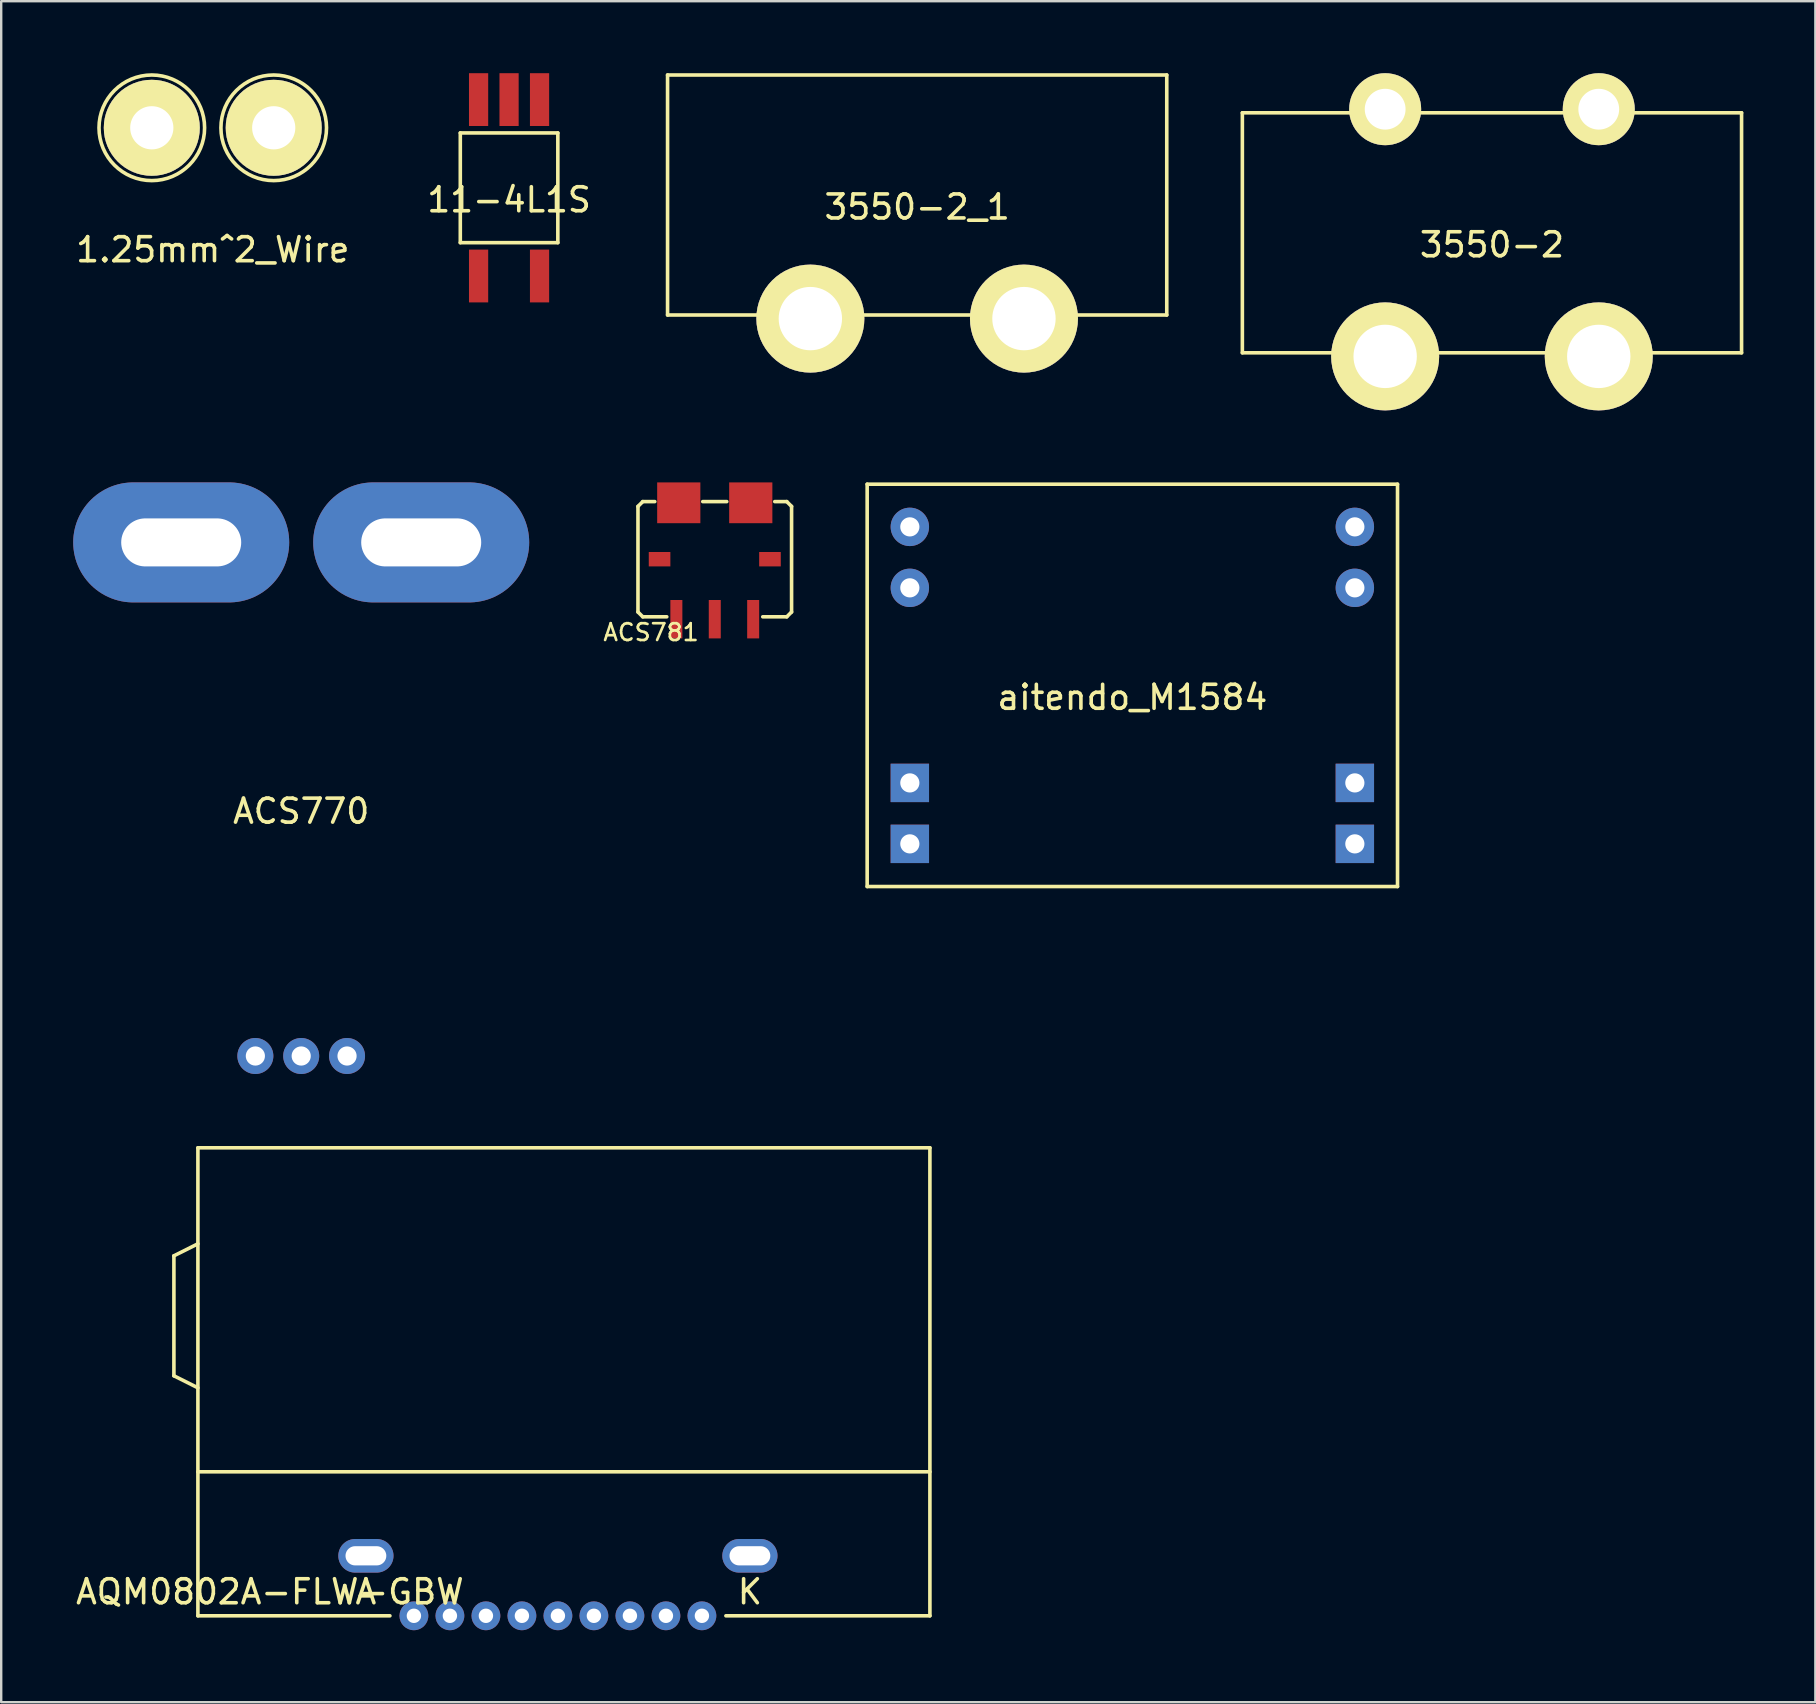
<source format=kicad_pcb>
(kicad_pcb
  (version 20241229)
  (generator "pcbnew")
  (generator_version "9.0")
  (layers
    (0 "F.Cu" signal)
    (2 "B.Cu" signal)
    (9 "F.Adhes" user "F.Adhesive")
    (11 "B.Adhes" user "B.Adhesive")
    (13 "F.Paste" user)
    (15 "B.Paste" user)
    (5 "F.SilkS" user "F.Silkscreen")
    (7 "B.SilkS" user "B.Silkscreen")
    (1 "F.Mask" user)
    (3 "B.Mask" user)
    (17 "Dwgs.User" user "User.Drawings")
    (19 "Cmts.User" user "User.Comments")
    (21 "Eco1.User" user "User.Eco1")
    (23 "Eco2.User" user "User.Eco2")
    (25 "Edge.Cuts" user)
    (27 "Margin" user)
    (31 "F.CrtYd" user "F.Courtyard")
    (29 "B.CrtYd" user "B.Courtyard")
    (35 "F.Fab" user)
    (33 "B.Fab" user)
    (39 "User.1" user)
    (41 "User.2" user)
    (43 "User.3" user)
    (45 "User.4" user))
  (footprint "ACS770"
    (layer "F.Cu")
    (at 9.5 30.25)
    (property "Reference" "ACS770" (at 0 0.5 0) (layer "F.SilkS") (effects (font (size 1 1) (thickness 0.15))))
    (attr through_hole)
    (pad "1" thru_hole oval (at -5 -10.7) (size 9 5) (drill oval 5 2) (layers "*.Cu" "*.Mask"))
    (pad "2" thru_hole oval (at 5 -10.7) (size 9 5) (drill oval 5 2) (layers "*.Cu" "*.Mask"))
    (pad "3" thru_hole circle (at -1.91 10.7) (size 1.5 1.5) (drill 0.8) (layers "*.Cu" "*.Mask"))
    (pad "4" thru_hole circle (at 0 10.7) (size 1.5 1.5) (drill 0.8) (layers "*.Cu" "*.Mask"))
    (pad "5" thru_hole circle (at 1.91 10.7) (size 1.5 1.5) (drill 0.8) (layers "*.Cu" "*.Mask")))
  (footprint "1.25mm^2_Wire"
    (layer "F.Cu")
    (at 5.815 2.275)
    (property "Reference" "1.25mm^2_Wire" (at 0 5.08 0) (layer "F.SilkS") (effects (font (size 1 1) (thickness 0.15))))
    (attr through_hole)
    (fp_circle (center -2.54 0) (end -2.54 2.2) (stroke (width 0.15) (type solid)) (fill no) (layer "F.SilkS"))
    (fp_circle (center 2.54 0) (end 2.54 2.2) (stroke (width 0.15) (type solid)) (fill no) (layer "F.SilkS"))
    (pad "1" thru_hole circle (at -2.54 0) (size 4 4) (drill 1.8) (layers "*.Cu" "*.Mask" "F.SilkS"))
    (pad "2" thru_hole circle (at 2.54 0) (size 4 4) (drill 1.8) (layers "*.Cu" "*.Mask" "F.SilkS")))
  (footprint "AQM0802A-FLW-GBW"
    (layer "F.Cu")
    (at 20.196 61.275)
    (property "Reference" "AQM0802A-FLW-GBW" (at -12 2 0) (layer "F.SilkS") (effects (font (size 1 1) (thickness 0.15))))
    (attr through_hole)
    (fp_line (start -16 -12) (end -15 -12.5) (stroke (width 0.15) (type solid)) (layer "F.SilkS"))
    (fp_line (start -16 -7) (end -16 -12) (stroke (width 0.15) (type solid)) (layer "F.SilkS"))
    (fp_line (start -15 -16.5) (end 15.5 -16.5) (stroke (width 0.15) (type solid)) (layer "F.SilkS"))
    (fp_line (start -15 -6.5) (end -16 -7) (stroke (width 0.15) (type solid)) (layer "F.SilkS"))
    (fp_line (start -15 -3) (end 15.5 -3) (stroke (width 0.15) (type solid)) (layer "F.SilkS"))
    (fp_line (start -15 3) (end -15 -16.5) (stroke (width 0.15) (type solid)) (layer "F.SilkS"))
    (fp_line (start -15 3) (end -7 3) (stroke (width 0.15) (type solid)) (layer "F.SilkS"))
    (fp_line (start 15.5 -16.5) (end 15.5 3) (stroke (width 0.15) (type solid)) (layer "F.SilkS"))
    (fp_line (start 15.5 3) (end 7 3) (stroke (width 0.15) (type solid)) (layer "F.SilkS"))
    (fp_text user "A" (at -8 2 0) (layer "F.SilkS") (effects (font (size 1 1) (thickness 0.15))))
    (fp_text user "K" (at 8 2 0) (layer "F.SilkS") (effects (font (size 1 1) (thickness 0.15))))
    (pad "1" thru_hole circle (at -6 3) (size 1.2 1.2) (drill 0.6) (layers "*.Cu" "*.Mask"))
    (pad "2" thru_hole circle (at -4.5 3) (size 1.2 1.2) (drill 0.6) (layers "*.Cu" "*.Mask"))
    (pad "3" thru_hole circle (at -3 3) (size 1.2 1.2) (drill 0.6) (layers "*.Cu" "*.Mask"))
    (pad "4" thru_hole circle (at -1.5 3) (size 1.2 1.2) (drill 0.6) (layers "*.Cu" "*.Mask"))
    (pad "5" thru_hole circle (at 0 3) (size 1.2 1.2) (drill 0.6) (layers "*.Cu" "*.Mask"))
    (pad "6" thru_hole circle (at 1.5 3) (size 1.2 1.2) (drill 0.6) (layers "*.Cu" "*.Mask"))
    (pad "7" thru_hole circle (at 3 3) (size 1.2 1.2) (drill 0.6) (layers "*.Cu" "*.Mask"))
    (pad "8" thru_hole circle (at 4.5 3) (size 1.2 1.2) (drill 0.6) (layers "*.Cu" "*.Mask"))
    (pad "9" thru_hole circle (at 6 3) (size 1.2 1.2) (drill 0.6) (layers "*.Cu" "*.Mask"))
    (pad "10" thru_hole oval (at -8 0.5) (size 2.3 1.4) (drill oval 1.7 0.8) (layers "*.Cu" "*.Mask"))
    (pad "11" thru_hole oval (at 8 0.5) (size 2.3 1.4) (drill oval 1.7 0.8) (layers "*.Cu" "*.Mask")))
  (footprint "3550-2_1"
    (layer "F.Cu")
    (at 35.165 5.075)
    (property "Reference" "3550-2_1" (at 0 0.5 0) (layer "F.SilkS") (effects (font (size 1 1) (thickness 0.15))))
    (attr through_hole)
    (fp_line (start -10.4 -5) (end -10.4 5) (stroke (width 0.15) (type solid)) (layer "F.SilkS"))
    (fp_line (start -10.4 5) (end 10.4 5) (stroke (width 0.15) (type solid)) (layer "F.SilkS"))
    (fp_line (start 10.4 -5) (end -10.4 -5) (stroke (width 0.15) (type solid)) (layer "F.SilkS"))
    (fp_line (start 10.4 5) (end 10.4 -5) (stroke (width 0.15) (type solid)) (layer "F.SilkS"))
    (pad "1" thru_hole circle (at -4.45 5.15) (size 4.5 4.5) (drill 2.64) (layers "*.Cu" "*.Mask" "F.SilkS"))
    (pad "2" thru_hole circle (at 4.45 5.15) (size 4.5 4.5) (drill 2.64) (layers "*.Cu" "*.Mask" "F.SilkS")))
  (footprint "aitendo_M1584"
    (layer "F.Cu")
    (at 44.131 25.507)
    (property "Reference" "aitendo_M1584" (at 0 0.5 0) (layer "F.SilkS") (effects (font (size 1 1) (thickness 0.15))))
    (attr through_hole)
    (fp_line (start -11.049 -8.382) (end 11.049 -8.382) (stroke (width 0.15) (type solid)) (layer "F.SilkS"))
    (fp_line (start -11.049 8.382) (end -11.049 -8.382) (stroke (width 0.15) (type solid)) (layer "F.SilkS"))
    (fp_line (start 11.049 -8.382) (end 11.049 8.382) (stroke (width 0.15) (type solid)) (layer "F.SilkS"))
    (fp_line (start 11.049 8.382) (end -11.049 8.382) (stroke (width 0.15) (type solid)) (layer "F.SilkS"))
    (pad "1" thru_hole circle (at -9.271 -6.604) (size 1.6 1.6) (drill 0.8) (layers "*.Cu" "*.Mask"))
    (pad "2" thru_hole circle (at -9.271 -4.064) (size 1.6 1.6) (drill 0.8) (layers "*.Cu" "*.Mask"))
    (pad "3" thru_hole rect (at -9.271 4.064) (size 1.6 1.6) (drill 0.8) (layers "*.Cu" "*.Mask"))
    (pad "4" thru_hole rect (at -9.271 6.604) (size 1.6 1.6) (drill 0.8) (layers "*.Cu" "*.Mask"))
    (pad "5" thru_hole rect (at 9.271 6.604) (size 1.6 1.6) (drill 0.8) (layers "*.Cu" "*.Mask"))
    (pad "6" thru_hole rect (at 9.271 4.064) (size 1.6 1.6) (drill 0.8) (layers "*.Cu" "*.Mask"))
    (pad "7" thru_hole circle (at 9.271 -4.064) (size 1.6 1.6) (drill 0.8) (layers "*.Cu" "*.Mask"))
    (pad "8" thru_hole circle (at 9.271 -6.604) (size 1.6 1.6) (drill 0.8) (layers "*.Cu" "*.Mask")))
  (footprint "3550-2"
    (layer "F.Cu")
    (at 59.115 6.65)
    (property "Reference" "3550-2" (at 0 0.5 0) (layer "F.SilkS") (effects (font (size 1 1) (thickness 0.15))))
    (attr through_hole)
    (fp_line (start -10.4 -5) (end -10.4 5) (stroke (width 0.15) (type solid)) (layer "F.SilkS"))
    (fp_line (start -10.4 5) (end 10.4 5) (stroke (width 0.15) (type solid)) (layer "F.SilkS"))
    (fp_line (start 10.4 -5) (end -10.4 -5) (stroke (width 0.15) (type solid)) (layer "F.SilkS"))
    (fp_line (start 10.4 5) (end 10.4 -5) (stroke (width 0.15) (type solid)) (layer "F.SilkS"))
    (pad "1" thru_hole circle (at -4.45 -5.15) (size 3 3) (drill 1.7) (layers "*.Cu" "*.Mask" "F.SilkS"))
    (pad "1" thru_hole circle (at -4.45 5.15) (size 4.5 4.5) (drill 2.64) (layers "*.Cu" "*.Mask" "F.SilkS"))
    (pad "2" thru_hole circle (at 4.45 -5.15) (size 3 3) (drill 1.7) (layers "*.Cu" "*.Mask" "F.SilkS"))
    (pad "2" thru_hole circle (at 4.45 5.15) (size 4.5 4.5) (drill 2.64) (layers "*.Cu" "*.Mask" "F.SilkS")))
  (footprint "11-4L1S"
    (layer "F.Cu")
    (at 18.161 4.775)
    (property "Reference" "11-4L1S" (at 0 0.5 0) (layer "F.SilkS") (effects (font (size 1 1) (thickness 0.15))))
    (attr through_hole)
    (fp_line (start -2.032 -2.286) (end -2.032 2.286) (stroke (width 0.15) (type solid)) (layer "F.SilkS"))
    (fp_line (start -2.032 2.286) (end 2.032 2.286) (stroke (width 0.15) (type solid)) (layer "F.SilkS"))
    (fp_line (start 2.032 -2.286) (end -2.032 -2.286) (stroke (width 0.15) (type solid)) (layer "F.SilkS"))
    (fp_line (start 2.032 2.286) (end 2.032 -2.286) (stroke (width 0.15) (type solid)) (layer "F.SilkS"))
    (pad "1" smd rect (at -1.27 3.175) (size 0.8 2.2) (drill (offset 0 0.5)) (layers "F.Cu" "F.Mask" "F.Paste"))
    (pad "2" smd rect (at 1.27 3.175) (size 0.8 2.2) (drill (offset 0 0.5)) (layers "F.Cu" "F.Mask" "F.Paste"))
    (pad "4" smd rect (at 1.27 -3.175) (size 0.8 2.2) (drill (offset 0 -0.5)) (layers "F.Cu" "F.Mask" "F.Paste"))
    (pad "5" smd rect (at 0 -3.175) (size 0.8 2.2) (drill (offset 0 -0.5)) (layers "F.Cu" "F.Mask" "F.Paste"))
    (pad "6" smd rect (at -1.27 -3.175) (size 0.8 2.2) (drill (offset 0 -0.5)) (layers "F.Cu" "F.Mask" "F.Paste")))
  (footprint "ACS781"
    (layer "F.Cu")
    (at 26.732 20.25)
    (property "Reference" "ACS781" (at -2.654 3.048 180) (layer "F.SilkS") (effects (font (size 0.7 0.7) (thickness 0.11))))
    (attr through_hole)
    (fp_line (start -3.2 -2.2) (end -3.2 2.2) (stroke (width 0.15) (type solid)) (layer "F.SilkS"))
    (fp_line (start -3.2 -2.2) (end -3 -2.4) (stroke (width 0.15) (type solid)) (layer "F.SilkS"))
    (fp_line (start -3.2 2.2) (end -3 2.4) (stroke (width 0.15) (type solid)) (layer "F.SilkS"))
    (fp_line (start -3 -2.4) (end -2.5 -2.4) (stroke (width 0.15) (type solid)) (layer "F.SilkS"))
    (fp_line (start -3 2.4) (end -2 2.4) (stroke (width 0.15) (type solid)) (layer "F.SilkS"))
    (fp_line (start -0.5 -2.4) (end 0.5 -2.4) (stroke (width 0.15) (type solid)) (layer "F.SilkS"))
    (fp_line (start 3 -2.4) (end 2.5 -2.4) (stroke (width 0.15) (type solid)) (layer "F.SilkS"))
    (fp_line (start 3 -2.4) (end 3.2 -2.2) (stroke (width 0.15) (type solid)) (layer "F.SilkS"))
    (fp_line (start 3 2.4) (end 2 2.4) (stroke (width 0.15) (type solid)) (layer "F.SilkS"))
    (fp_line (start 3 2.4) (end 3.2 2.2) (stroke (width 0.15) (type solid)) (layer "F.SilkS"))
    (fp_line (start 3.2 2.2) (end 3.2 -2.2) (stroke (width 0.15) (type solid)) (layer "F.SilkS"))
    (pad "1" smd rect (at -1.6 2.4) (size 0.5 1.6) (drill (offset 0 0.1)) (layers "F.Cu" "F.Mask" "F.Paste"))
    (pad "2" smd rect (at 0 2.4) (size 0.5 1.6) (drill (offset 0 0.1)) (layers "F.Cu" "F.Mask" "F.Paste"))
    (pad "3" smd rect (at 1.6 2.4) (size 0.5 1.6) (drill (offset 0 0.1)) (layers "F.Cu" "F.Mask" "F.Paste"))
    (pad "4" smd rect (at 2.3 0) (size 0.9 0.6) (layers "F.Cu" "F.Mask" "F.Paste"))
    (pad "5" smd rect (at 1.5 -2.4) (size 1.8 1.7) (drill (offset 0 0.05)) (layers "F.Cu" "F.Mask" "F.Paste"))
    (pad "6" smd rect (at -1.5 -2.4) (size 1.8 1.7) (drill (offset 0 0.05)) (layers "F.Cu" "F.Mask" "F.Paste"))
    (pad "7" smd rect (at -2.3 0) (size 0.9 0.6) (layers "F.Cu" "F.Mask" "F.Paste")))
  (gr_rect
    (start -3 -3)
    (end 72.59 67.875)
    (stroke (width 0.1) (type default))
    (fill no)
    (layer "Edge.Cuts")))
</source>
